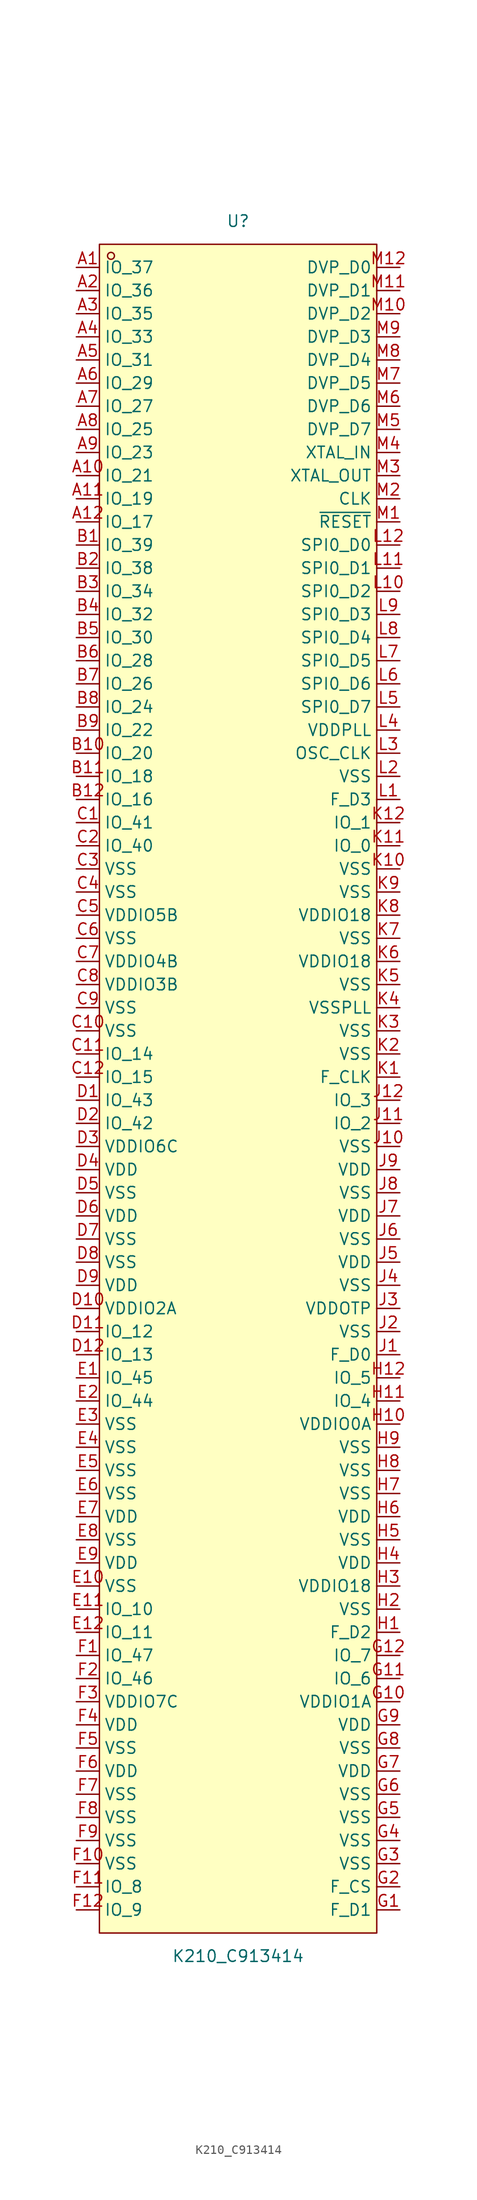
<source format=kicad_sym>
(kicad_symbol_lib
  (version 20211014)
  (generator https://github.com/uPesy/easyeda2kicad.py)
  (symbol "K210_C913414"
    (property "Reference" "U"
      (at 0 95.25 0)
      (effects (font (size 1.27 1.27))))
    (property "Value" "K210_C913414"
      (at 0 -95.25 0)
      (effects (font (size 1.27 1.27))))
    (symbol "K210_C913414_0_1"
      (rectangle (start -15.24 92.71) (end 15.24 -92.71) (stroke (width 0) (type default) (color 0 0 0 0)) (fill (type background)))
      (circle (center -13.97 91.44) (radius 0.38) (stroke (width 0) (type default) (color 0 0 0 0)) (fill (type none)))
      (pin unspecified line (at -17.78 90.17 0) (length 2.54) (name "IO_37" (effects (font (size 1.27 1.27)))) (number "A1" (effects (font (size 1.27 1.27)))))
      (pin unspecified line (at -17.78 87.63 0) (length 2.54) (name "IO_36" (effects (font (size 1.27 1.27)))) (number "A2" (effects (font (size 1.27 1.27)))))
      (pin unspecified line (at -17.78 85.09 0) (length 2.54) (name "IO_35" (effects (font (size 1.27 1.27)))) (number "A3" (effects (font (size 1.27 1.27)))))
      (pin unspecified line (at -17.78 82.55 0) (length 2.54) (name "IO_33" (effects (font (size 1.27 1.27)))) (number "A4" (effects (font (size 1.27 1.27)))))
      (pin unspecified line (at -17.78 80.01 0) (length 2.54) (name "IO_31" (effects (font (size 1.27 1.27)))) (number "A5" (effects (font (size 1.27 1.27)))))
      (pin unspecified line (at -17.78 77.47 0) (length 2.54) (name "IO_29" (effects (font (size 1.27 1.27)))) (number "A6" (effects (font (size 1.27 1.27)))))
      (pin unspecified line (at -17.78 74.93 0) (length 2.54) (name "IO_27" (effects (font (size 1.27 1.27)))) (number "A7" (effects (font (size 1.27 1.27)))))
      (pin unspecified line (at -17.78 72.39 0) (length 2.54) (name "IO_25" (effects (font (size 1.27 1.27)))) (number "A8" (effects (font (size 1.27 1.27)))))
      (pin unspecified line (at -17.78 69.85 0) (length 2.54) (name "IO_23" (effects (font (size 1.27 1.27)))) (number "A9" (effects (font (size 1.27 1.27)))))
      (pin unspecified line (at -17.78 67.31 0) (length 2.54) (name "IO_21" (effects (font (size 1.27 1.27)))) (number "A10" (effects (font (size 1.27 1.27)))))
      (pin unspecified line (at -17.78 64.77 0) (length 2.54) (name "IO_19" (effects (font (size 1.27 1.27)))) (number "A11" (effects (font (size 1.27 1.27)))))
      (pin unspecified line (at -17.78 62.23 0) (length 2.54) (name "IO_17" (effects (font (size 1.27 1.27)))) (number "A12" (effects (font (size 1.27 1.27)))))
      (pin unspecified line (at -17.78 59.69 0) (length 2.54) (name "IO_39" (effects (font (size 1.27 1.27)))) (number "B1" (effects (font (size 1.27 1.27)))))
      (pin unspecified line (at -17.78 57.15 0) (length 2.54) (name "IO_38" (effects (font (size 1.27 1.27)))) (number "B2" (effects (font (size 1.27 1.27)))))
      (pin unspecified line (at -17.78 54.61 0) (length 2.54) (name "IO_34" (effects (font (size 1.27 1.27)))) (number "B3" (effects (font (size 1.27 1.27)))))
      (pin unspecified line (at -17.78 52.07 0) (length 2.54) (name "IO_32" (effects (font (size 1.27 1.27)))) (number "B4" (effects (font (size 1.27 1.27)))))
      (pin unspecified line (at -17.78 49.53 0) (length 2.54) (name "IO_30" (effects (font (size 1.27 1.27)))) (number "B5" (effects (font (size 1.27 1.27)))))
      (pin unspecified line (at -17.78 46.99 0) (length 2.54) (name "IO_28" (effects (font (size 1.27 1.27)))) (number "B6" (effects (font (size 1.27 1.27)))))
      (pin unspecified line (at -17.78 44.45 0) (length 2.54) (name "IO_26" (effects (font (size 1.27 1.27)))) (number "B7" (effects (font (size 1.27 1.27)))))
      (pin unspecified line (at -17.78 41.91 0) (length 2.54) (name "IO_24" (effects (font (size 1.27 1.27)))) (number "B8" (effects (font (size 1.27 1.27)))))
      (pin unspecified line (at -17.78 39.37 0) (length 2.54) (name "IO_22" (effects (font (size 1.27 1.27)))) (number "B9" (effects (font (size 1.27 1.27)))))
      (pin unspecified line (at -17.78 36.83 0) (length 2.54) (name "IO_20" (effects (font (size 1.27 1.27)))) (number "B10" (effects (font (size 1.27 1.27)))))
      (pin unspecified line (at -17.78 34.29 0) (length 2.54) (name "IO_18" (effects (font (size 1.27 1.27)))) (number "B11" (effects (font (size 1.27 1.27)))))
      (pin unspecified line (at -17.78 31.75 0) (length 2.54) (name "IO_16" (effects (font (size 1.27 1.27)))) (number "B12" (effects (font (size 1.27 1.27)))))
      (pin unspecified line (at -17.78 29.21 0) (length 2.54) (name "IO_41" (effects (font (size 1.27 1.27)))) (number "C1" (effects (font (size 1.27 1.27)))))
      (pin unspecified line (at -17.78 26.67 0) (length 2.54) (name "IO_40" (effects (font (size 1.27 1.27)))) (number "C2" (effects (font (size 1.27 1.27)))))
      (pin unspecified line (at -17.78 24.13 0) (length 2.54) (name "VSS" (effects (font (size 1.27 1.27)))) (number "C3" (effects (font (size 1.27 1.27)))))
      (pin unspecified line (at -17.78 21.59 0) (length 2.54) (name "VSS" (effects (font (size 1.27 1.27)))) (number "C4" (effects (font (size 1.27 1.27)))))
      (pin unspecified line (at -17.78 19.05 0) (length 2.54) (name "VDDIO5B" (effects (font (size 1.27 1.27)))) (number "C5" (effects (font (size 1.27 1.27)))))
      (pin unspecified line (at -17.78 16.51 0) (length 2.54) (name "VSS" (effects (font (size 1.27 1.27)))) (number "C6" (effects (font (size 1.27 1.27)))))
      (pin unspecified line (at -17.78 13.97 0) (length 2.54) (name "VDDIO4B" (effects (font (size 1.27 1.27)))) (number "C7" (effects (font (size 1.27 1.27)))))
      (pin unspecified line (at -17.78 11.43 0) (length 2.54) (name "VDDIO3B" (effects (font (size 1.27 1.27)))) (number "C8" (effects (font (size 1.27 1.27)))))
      (pin unspecified line (at -17.78 8.89 0) (length 2.54) (name "VSS" (effects (font (size 1.27 1.27)))) (number "C9" (effects (font (size 1.27 1.27)))))
      (pin unspecified line (at -17.78 6.35 0) (length 2.54) (name "VSS" (effects (font (size 1.27 1.27)))) (number "C10" (effects (font (size 1.27 1.27)))))
      (pin unspecified line (at -17.78 3.81 0) (length 2.54) (name "IO_14" (effects (font (size 1.27 1.27)))) (number "C11" (effects (font (size 1.27 1.27)))))
      (pin unspecified line (at -17.78 1.27 0) (length 2.54) (name "IO_15" (effects (font (size 1.27 1.27)))) (number "C12" (effects (font (size 1.27 1.27)))))
      (pin unspecified line (at -17.78 -1.27 0) (length 2.54) (name "IO_43" (effects (font (size 1.27 1.27)))) (number "D1" (effects (font (size 1.27 1.27)))))
      (pin unspecified line (at -17.78 -3.81 0) (length 2.54) (name "IO_42" (effects (font (size 1.27 1.27)))) (number "D2" (effects (font (size 1.27 1.27)))))
      (pin unspecified line (at -17.78 -6.35 0) (length 2.54) (name "VDDIO6C" (effects (font (size 1.27 1.27)))) (number "D3" (effects (font (size 1.27 1.27)))))
      (pin unspecified line (at -17.78 -8.89 0) (length 2.54) (name "VDD" (effects (font (size 1.27 1.27)))) (number "D4" (effects (font (size 1.27 1.27)))))
      (pin unspecified line (at -17.78 -11.43 0) (length 2.54) (name "VSS" (effects (font (size 1.27 1.27)))) (number "D5" (effects (font (size 1.27 1.27)))))
      (pin unspecified line (at -17.78 -13.97 0) (length 2.54) (name "VDD" (effects (font (size 1.27 1.27)))) (number "D6" (effects (font (size 1.27 1.27)))))
      (pin unspecified line (at -17.78 -16.51 0) (length 2.54) (name "VSS" (effects (font (size 1.27 1.27)))) (number "D7" (effects (font (size 1.27 1.27)))))
      (pin unspecified line (at -17.78 -19.05 0) (length 2.54) (name "VSS" (effects (font (size 1.27 1.27)))) (number "D8" (effects (font (size 1.27 1.27)))))
      (pin unspecified line (at -17.78 -21.59 0) (length 2.54) (name "VDD" (effects (font (size 1.27 1.27)))) (number "D9" (effects (font (size 1.27 1.27)))))
      (pin unspecified line (at -17.78 -24.13 0) (length 2.54) (name "VDDIO2A" (effects (font (size 1.27 1.27)))) (number "D10" (effects (font (size 1.27 1.27)))))
      (pin unspecified line (at -17.78 -26.67 0) (length 2.54) (name "IO_12" (effects (font (size 1.27 1.27)))) (number "D11" (effects (font (size 1.27 1.27)))))
      (pin unspecified line (at -17.78 -29.21 0) (length 2.54) (name "IO_13" (effects (font (size 1.27 1.27)))) (number "D12" (effects (font (size 1.27 1.27)))))
      (pin unspecified line (at -17.78 -31.75 0) (length 2.54) (name "IO_45" (effects (font (size 1.27 1.27)))) (number "E1" (effects (font (size 1.27 1.27)))))
      (pin unspecified line (at -17.78 -34.29 0) (length 2.54) (name "IO_44" (effects (font (size 1.27 1.27)))) (number "E2" (effects (font (size 1.27 1.27)))))
      (pin unspecified line (at -17.78 -36.83 0) (length 2.54) (name "VSS" (effects (font (size 1.27 1.27)))) (number "E3" (effects (font (size 1.27 1.27)))))
      (pin unspecified line (at -17.78 -39.37 0) (length 2.54) (name "VSS" (effects (font (size 1.27 1.27)))) (number "E4" (effects (font (size 1.27 1.27)))))
      (pin unspecified line (at -17.78 -41.91 0) (length 2.54) (name "VSS" (effects (font (size 1.27 1.27)))) (number "E5" (effects (font (size 1.27 1.27)))))
      (pin unspecified line (at -17.78 -44.45 0) (length 2.54) (name "VSS" (effects (font (size 1.27 1.27)))) (number "E6" (effects (font (size 1.27 1.27)))))
      (pin unspecified line (at -17.78 -46.99 0) (length 2.54) (name "VDD" (effects (font (size 1.27 1.27)))) (number "E7" (effects (font (size 1.27 1.27)))))
      (pin unspecified line (at -17.78 -49.53 0) (length 2.54) (name "VSS" (effects (font (size 1.27 1.27)))) (number "E8" (effects (font (size 1.27 1.27)))))
      (pin unspecified line (at -17.78 -52.07 0) (length 2.54) (name "VDD" (effects (font (size 1.27 1.27)))) (number "E9" (effects (font (size 1.27 1.27)))))
      (pin unspecified line (at -17.78 -54.61 0) (length 2.54) (name "VSS" (effects (font (size 1.27 1.27)))) (number "E10" (effects (font (size 1.27 1.27)))))
      (pin unspecified line (at -17.78 -57.15 0) (length 2.54) (name "IO_10" (effects (font (size 1.27 1.27)))) (number "E11" (effects (font (size 1.27 1.27)))))
      (pin unspecified line (at -17.78 -59.69 0) (length 2.54) (name "IO_11" (effects (font (size 1.27 1.27)))) (number "E12" (effects (font (size 1.27 1.27)))))
      (pin unspecified line (at -17.78 -62.23 0) (length 2.54) (name "IO_47" (effects (font (size 1.27 1.27)))) (number "F1" (effects (font (size 1.27 1.27)))))
      (pin unspecified line (at -17.78 -64.77 0) (length 2.54) (name "IO_46" (effects (font (size 1.27 1.27)))) (number "F2" (effects (font (size 1.27 1.27)))))
      (pin unspecified line (at -17.78 -67.31 0) (length 2.54) (name "VDDIO7C" (effects (font (size 1.27 1.27)))) (number "F3" (effects (font (size 1.27 1.27)))))
      (pin unspecified line (at -17.78 -69.85 0) (length 2.54) (name "VDD" (effects (font (size 1.27 1.27)))) (number "F4" (effects (font (size 1.27 1.27)))))
      (pin unspecified line (at -17.78 -72.39 0) (length 2.54) (name "VSS" (effects (font (size 1.27 1.27)))) (number "F5" (effects (font (size 1.27 1.27)))))
      (pin unspecified line (at -17.78 -74.93 0) (length 2.54) (name "VDD" (effects (font (size 1.27 1.27)))) (number "F6" (effects (font (size 1.27 1.27)))))
      (pin unspecified line (at -17.78 -77.47 0) (length 2.54) (name "VSS" (effects (font (size 1.27 1.27)))) (number "F7" (effects (font (size 1.27 1.27)))))
      (pin unspecified line (at -17.78 -80.01 0) (length 2.54) (name "VSS" (effects (font (size 1.27 1.27)))) (number "F8" (effects (font (size 1.27 1.27)))))
      (pin unspecified line (at -17.78 -82.55 0) (length 2.54) (name "VSS" (effects (font (size 1.27 1.27)))) (number "F9" (effects (font (size 1.27 1.27)))))
      (pin unspecified line (at -17.78 -85.09 0) (length 2.54) (name "VSS" (effects (font (size 1.27 1.27)))) (number "F10" (effects (font (size 1.27 1.27)))))
      (pin unspecified line (at -17.78 -87.63 0) (length 2.54) (name "IO_8" (effects (font (size 1.27 1.27)))) (number "F11" (effects (font (size 1.27 1.27)))))
      (pin unspecified line (at -17.78 -90.17 0) (length 2.54) (name "IO_9" (effects (font (size 1.27 1.27)))) (number "F12" (effects (font (size 1.27 1.27)))))
      (pin unspecified line (at 17.78 -90.17 180) (length 2.54) (name "F_D1" (effects (font (size 1.27 1.27)))) (number "G1" (effects (font (size 1.27 1.27)))))
      (pin unspecified line (at 17.78 -87.63 180) (length 2.54) (name "F_CS" (effects (font (size 1.27 1.27)))) (number "G2" (effects (font (size 1.27 1.27)))))
      (pin unspecified line (at 17.78 -85.09 180) (length 2.54) (name "VSS" (effects (font (size 1.27 1.27)))) (number "G3" (effects (font (size 1.27 1.27)))))
      (pin unspecified line (at 17.78 -82.55 180) (length 2.54) (name "VSS" (effects (font (size 1.27 1.27)))) (number "G4" (effects (font (size 1.27 1.27)))))
      (pin unspecified line (at 17.78 -80.01 180) (length 2.54) (name "VSS" (effects (font (size 1.27 1.27)))) (number "G5" (effects (font (size 1.27 1.27)))))
      (pin unspecified line (at 17.78 -77.47 180) (length 2.54) (name "VSS" (effects (font (size 1.27 1.27)))) (number "G6" (effects (font (size 1.27 1.27)))))
      (pin unspecified line (at 17.78 -74.93 180) (length 2.54) (name "VDD" (effects (font (size 1.27 1.27)))) (number "G7" (effects (font (size 1.27 1.27)))))
      (pin unspecified line (at 17.78 -72.39 180) (length 2.54) (name "VSS" (effects (font (size 1.27 1.27)))) (number "G8" (effects (font (size 1.27 1.27)))))
      (pin unspecified line (at 17.78 -69.85 180) (length 2.54) (name "VDD" (effects (font (size 1.27 1.27)))) (number "G9" (effects (font (size 1.27 1.27)))))
      (pin unspecified line (at 17.78 -67.31 180) (length 2.54) (name "VDDIO1A" (effects (font (size 1.27 1.27)))) (number "G10" (effects (font (size 1.27 1.27)))))
      (pin unspecified line (at 17.78 -64.77 180) (length 2.54) (name "IO_6" (effects (font (size 1.27 1.27)))) (number "G11" (effects (font (size 1.27 1.27)))))
      (pin unspecified line (at 17.78 -62.23 180) (length 2.54) (name "IO_7" (effects (font (size 1.27 1.27)))) (number "G12" (effects (font (size 1.27 1.27)))))
      (pin unspecified line (at 17.78 -59.69 180) (length 2.54) (name "F_D2" (effects (font (size 1.27 1.27)))) (number "H1" (effects (font (size 1.27 1.27)))))
      (pin unspecified line (at 17.78 -57.15 180) (length 2.54) (name "VSS" (effects (font (size 1.27 1.27)))) (number "H2" (effects (font (size 1.27 1.27)))))
      (pin unspecified line (at 17.78 -54.61 180) (length 2.54) (name "VDDIO18" (effects (font (size 1.27 1.27)))) (number "H3" (effects (font (size 1.27 1.27)))))
      (pin unspecified line (at 17.78 -52.07 180) (length 2.54) (name "VDD" (effects (font (size 1.27 1.27)))) (number "H4" (effects (font (size 1.27 1.27)))))
      (pin unspecified line (at 17.78 -49.53 180) (length 2.54) (name "VSS" (effects (font (size 1.27 1.27)))) (number "H5" (effects (font (size 1.27 1.27)))))
      (pin unspecified line (at 17.78 -46.99 180) (length 2.54) (name "VDD" (effects (font (size 1.27 1.27)))) (number "H6" (effects (font (size 1.27 1.27)))))
      (pin unspecified line (at 17.78 -44.45 180) (length 2.54) (name "VSS" (effects (font (size 1.27 1.27)))) (number "H7" (effects (font (size 1.27 1.27)))))
      (pin unspecified line (at 17.78 -41.91 180) (length 2.54) (name "VSS" (effects (font (size 1.27 1.27)))) (number "H8" (effects (font (size 1.27 1.27)))))
      (pin unspecified line (at 17.78 -39.37 180) (length 2.54) (name "VSS" (effects (font (size 1.27 1.27)))) (number "H9" (effects (font (size 1.27 1.27)))))
      (pin unspecified line (at 17.78 -36.83 180) (length 2.54) (name "VDDIO0A" (effects (font (size 1.27 1.27)))) (number "H10" (effects (font (size 1.27 1.27)))))
      (pin unspecified line (at 17.78 -34.29 180) (length 2.54) (name "IO_4" (effects (font (size 1.27 1.27)))) (number "H11" (effects (font (size 1.27 1.27)))))
      (pin unspecified line (at 17.78 -31.75 180) (length 2.54) (name "IO_5" (effects (font (size 1.27 1.27)))) (number "H12" (effects (font (size 1.27 1.27)))))
      (pin unspecified line (at 17.78 -29.21 180) (length 2.54) (name "F_D0" (effects (font (size 1.27 1.27)))) (number "J1" (effects (font (size 1.27 1.27)))))
      (pin unspecified line (at 17.78 -26.67 180) (length 2.54) (name "VSS" (effects (font (size 1.27 1.27)))) (number "J2" (effects (font (size 1.27 1.27)))))
      (pin unspecified line (at 17.78 -24.13 180) (length 2.54) (name "VDDOTP" (effects (font (size 1.27 1.27)))) (number "J3" (effects (font (size 1.27 1.27)))))
      (pin unspecified line (at 17.78 -21.59 180) (length 2.54) (name "VSS" (effects (font (size 1.27 1.27)))) (number "J4" (effects (font (size 1.27 1.27)))))
      (pin unspecified line (at 17.78 -19.05 180) (length 2.54) (name "VDD" (effects (font (size 1.27 1.27)))) (number "J5" (effects (font (size 1.27 1.27)))))
      (pin unspecified line (at 17.78 -16.51 180) (length 2.54) (name "VSS" (effects (font (size 1.27 1.27)))) (number "J6" (effects (font (size 1.27 1.27)))))
      (pin unspecified line (at 17.78 -13.97 180) (length 2.54) (name "VDD" (effects (font (size 1.27 1.27)))) (number "J7" (effects (font (size 1.27 1.27)))))
      (pin unspecified line (at 17.78 -11.43 180) (length 2.54) (name "VSS" (effects (font (size 1.27 1.27)))) (number "J8" (effects (font (size 1.27 1.27)))))
      (pin unspecified line (at 17.78 -8.89 180) (length 2.54) (name "VDD" (effects (font (size 1.27 1.27)))) (number "J9" (effects (font (size 1.27 1.27)))))
      (pin unspecified line (at 17.78 -6.35 180) (length 2.54) (name "VSS" (effects (font (size 1.27 1.27)))) (number "J10" (effects (font (size 1.27 1.27)))))
      (pin unspecified line (at 17.78 -3.81 180) (length 2.54) (name "IO_2" (effects (font (size 1.27 1.27)))) (number "J11" (effects (font (size 1.27 1.27)))))
      (pin unspecified line (at 17.78 -1.27 180) (length 2.54) (name "IO_3" (effects (font (size 1.27 1.27)))) (number "J12" (effects (font (size 1.27 1.27)))))
      (pin unspecified line (at 17.78 1.27 180) (length 2.54) (name "F_CLK" (effects (font (size 1.27 1.27)))) (number "K1" (effects (font (size 1.27 1.27)))))
      (pin unspecified line (at 17.78 3.81 180) (length 2.54) (name "VSS" (effects (font (size 1.27 1.27)))) (number "K2" (effects (font (size 1.27 1.27)))))
      (pin unspecified line (at 17.78 6.35 180) (length 2.54) (name "VSS" (effects (font (size 1.27 1.27)))) (number "K3" (effects (font (size 1.27 1.27)))))
      (pin unspecified line (at 17.78 8.89 180) (length 2.54) (name "VSSPLL" (effects (font (size 1.27 1.27)))) (number "K4" (effects (font (size 1.27 1.27)))))
      (pin unspecified line (at 17.78 11.43 180) (length 2.54) (name "VSS" (effects (font (size 1.27 1.27)))) (number "K5" (effects (font (size 1.27 1.27)))))
      (pin unspecified line (at 17.78 13.97 180) (length 2.54) (name "VDDIO18" (effects (font (size 1.27 1.27)))) (number "K6" (effects (font (size 1.27 1.27)))))
      (pin unspecified line (at 17.78 16.51 180) (length 2.54) (name "VSS" (effects (font (size 1.27 1.27)))) (number "K7" (effects (font (size 1.27 1.27)))))
      (pin unspecified line (at 17.78 19.05 180) (length 2.54) (name "VDDIO18" (effects (font (size 1.27 1.27)))) (number "K8" (effects (font (size 1.27 1.27)))))
      (pin unspecified line (at 17.78 21.59 180) (length 2.54) (name "VSS" (effects (font (size 1.27 1.27)))) (number "K9" (effects (font (size 1.27 1.27)))))
      (pin unspecified line (at 17.78 24.13 180) (length 2.54) (name "VSS" (effects (font (size 1.27 1.27)))) (number "K10" (effects (font (size 1.27 1.27)))))
      (pin unspecified line (at 17.78 26.67 180) (length 2.54) (name "IO_0" (effects (font (size 1.27 1.27)))) (number "K11" (effects (font (size 1.27 1.27)))))
      (pin unspecified line (at 17.78 29.21 180) (length 2.54) (name "IO_1" (effects (font (size 1.27 1.27)))) (number "K12" (effects (font (size 1.27 1.27)))))
      (pin unspecified line (at 17.78 31.75 180) (length 2.54) (name "F_D3" (effects (font (size 1.27 1.27)))) (number "L1" (effects (font (size 1.27 1.27)))))
      (pin unspecified line (at 17.78 34.29 180) (length 2.54) (name "VSS" (effects (font (size 1.27 1.27)))) (number "L2" (effects (font (size 1.27 1.27)))))
      (pin unspecified line (at 17.78 36.83 180) (length 2.54) (name "OSC_CLK" (effects (font (size 1.27 1.27)))) (number "L3" (effects (font (size 1.27 1.27)))))
      (pin unspecified line (at 17.78 39.37 180) (length 2.54) (name "VDDPLL" (effects (font (size 1.27 1.27)))) (number "L4" (effects (font (size 1.27 1.27)))))
      (pin unspecified line (at 17.78 41.91 180) (length 2.54) (name "SPI0_D7" (effects (font (size 1.27 1.27)))) (number "L5" (effects (font (size 1.27 1.27)))))
      (pin unspecified line (at 17.78 44.45 180) (length 2.54) (name "SPI0_D6" (effects (font (size 1.27 1.27)))) (number "L6" (effects (font (size 1.27 1.27)))))
      (pin unspecified line (at 17.78 46.99 180) (length 2.54) (name "SPI0_D5" (effects (font (size 1.27 1.27)))) (number "L7" (effects (font (size 1.27 1.27)))))
      (pin unspecified line (at 17.78 49.53 180) (length 2.54) (name "SPI0_D4" (effects (font (size 1.27 1.27)))) (number "L8" (effects (font (size 1.27 1.27)))))
      (pin unspecified line (at 17.78 52.07 180) (length 2.54) (name "SPI0_D3" (effects (font (size 1.27 1.27)))) (number "L9" (effects (font (size 1.27 1.27)))))
      (pin unspecified line (at 17.78 54.61 180) (length 2.54) (name "SPI0_D2" (effects (font (size 1.27 1.27)))) (number "L10" (effects (font (size 1.27 1.27)))))
      (pin unspecified line (at 17.78 57.15 180) (length 2.54) (name "SPI0_D1" (effects (font (size 1.27 1.27)))) (number "L11" (effects (font (size 1.27 1.27)))))
      (pin unspecified line (at 17.78 59.69 180) (length 2.54) (name "SPI0_D0" (effects (font (size 1.27 1.27)))) (number "L12" (effects (font (size 1.27 1.27)))))
      (pin unspecified line (at 17.78 62.23 180) (length 2.54) (name "~{RESET}" (effects (font (size 1.27 1.27)))) (number "M1" (effects (font (size 1.27 1.27)))))
      (pin unspecified line (at 17.78 64.77 180) (length 2.54) (name "CLK" (effects (font (size 1.27 1.27)))) (number "M2" (effects (font (size 1.27 1.27)))))
      (pin unspecified line (at 17.78 67.31 180) (length 2.54) (name "XTAL_OUT" (effects (font (size 1.27 1.27)))) (number "M3" (effects (font (size 1.27 1.27)))))
      (pin unspecified line (at 17.78 69.85 180) (length 2.54) (name "XTAL_IN" (effects (font (size 1.27 1.27)))) (number "M4" (effects (font (size 1.27 1.27)))))
      (pin unspecified line (at 17.78 72.39 180) (length 2.54) (name "DVP_D7" (effects (font (size 1.27 1.27)))) (number "M5" (effects (font (size 1.27 1.27)))))
      (pin unspecified line (at 17.78 74.93 180) (length 2.54) (name "DVP_D6" (effects (font (size 1.27 1.27)))) (number "M6" (effects (font (size 1.27 1.27)))))
      (pin unspecified line (at 17.78 77.47 180) (length 2.54) (name "DVP_D5" (effects (font (size 1.27 1.27)))) (number "M7" (effects (font (size 1.27 1.27)))))
      (pin unspecified line (at 17.78 80.01 180) (length 2.54) (name "DVP_D4" (effects (font (size 1.27 1.27)))) (number "M8" (effects (font (size 1.27 1.27)))))
      (pin unspecified line (at 17.78 82.55 180) (length 2.54) (name "DVP_D3" (effects (font (size 1.27 1.27)))) (number "M9" (effects (font (size 1.27 1.27)))))
      (pin unspecified line (at 17.78 85.09 180) (length 2.54) (name "DVP_D2" (effects (font (size 1.27 1.27)))) (number "M10" (effects (font (size 1.27 1.27)))))
      (pin unspecified line (at 17.78 87.63 180) (length 2.54) (name "DVP_D1" (effects (font (size 1.27 1.27)))) (number "M11" (effects (font (size 1.27 1.27)))))
      (pin unspecified line (at 17.78 90.17 180) (length 2.54) (name "DVP_D0" (effects (font (size 1.27 1.27)))) (number "M12" (effects (font (size 1.27 1.27))))))))
</source>
